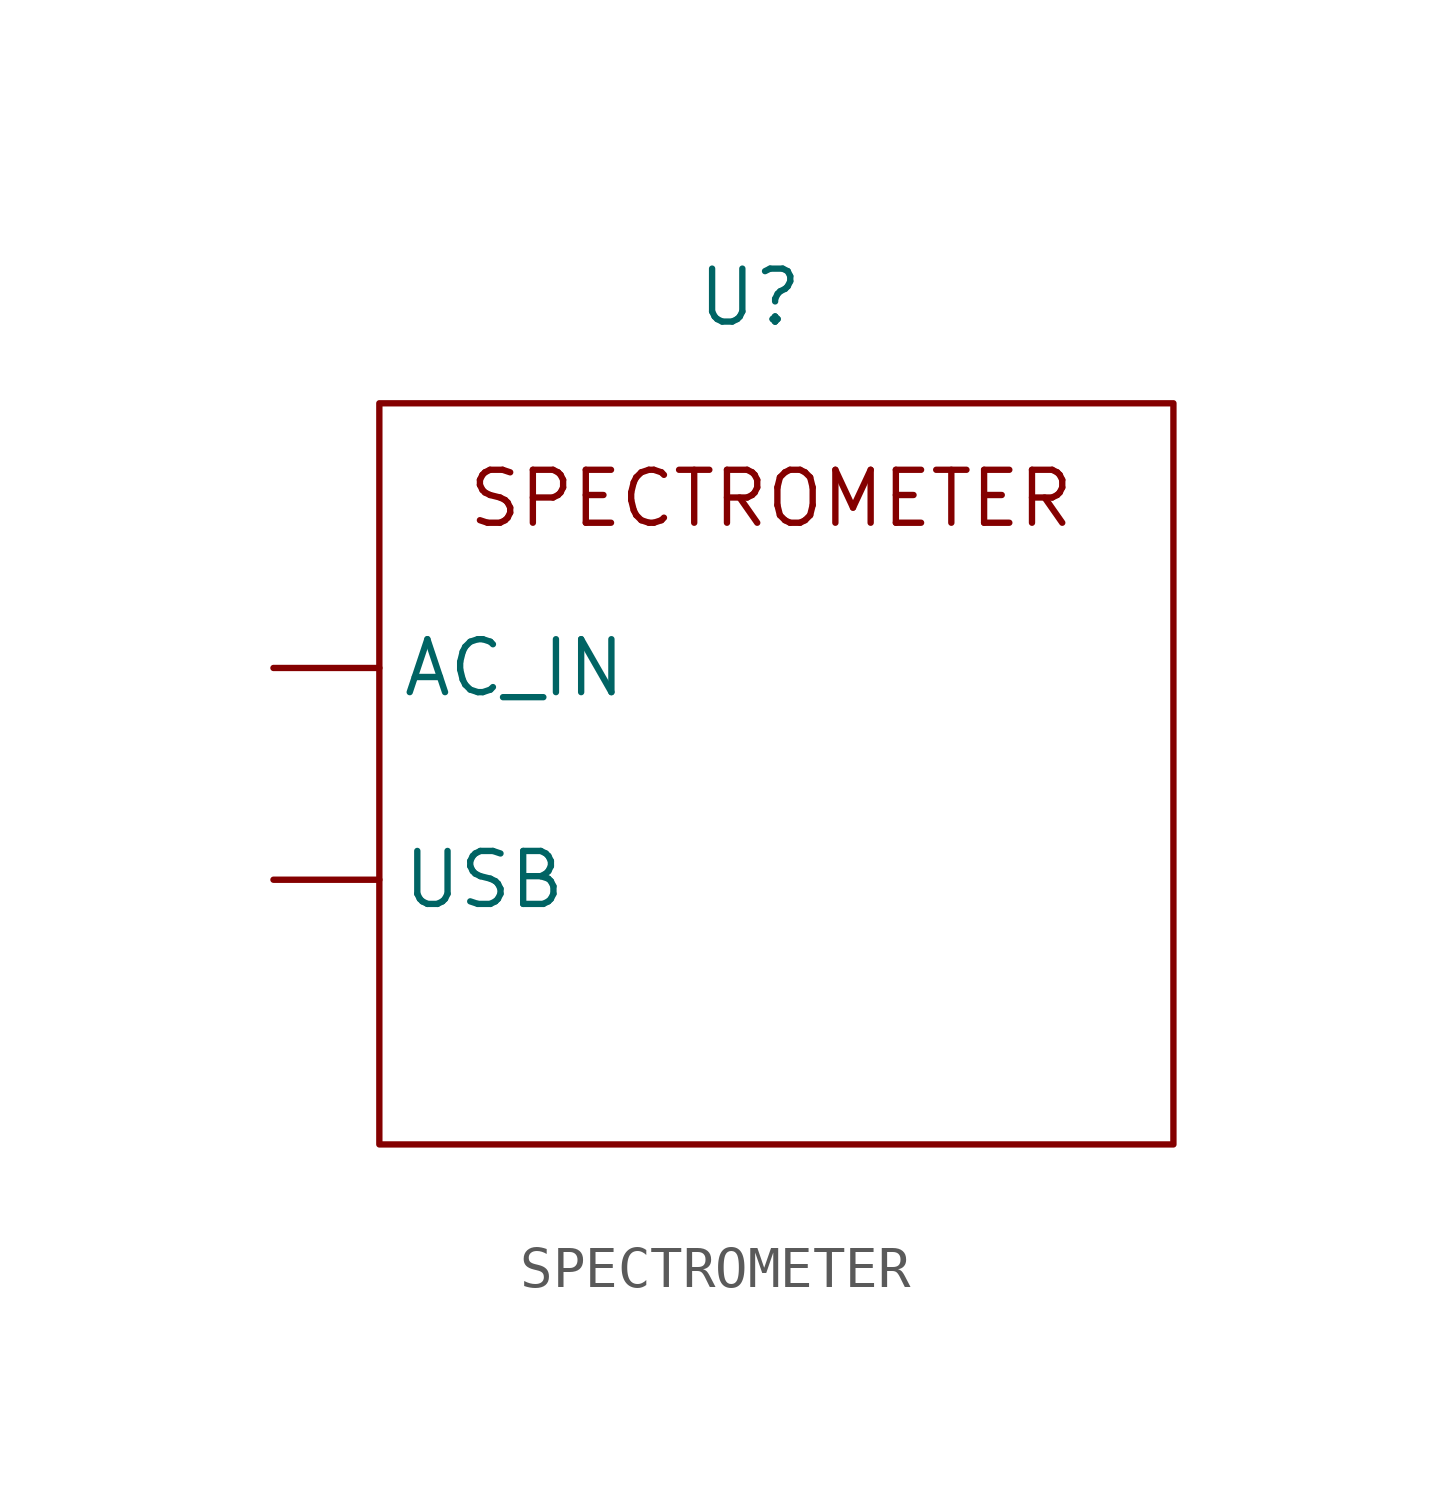
<source format=kicad_sym>
(kicad_symbol_lib
  (version 20231120)
  (generator "kicad_symbol_editor")
  (generator_version "8.0")
  (symbol "SPECTROMETER"
    (property "Reference" "U"
      (at 0 0 0)
      (effects (font (size 1.27 1.27))))
    (property "Value" ""
      (at 0 0 0)
      (effects (font (size 1.27 1.27))))
    (symbol "SPECTROMETER_0_1"
      (rectangle (start -8.89 -2.54) (end 10.16 -20.32) (stroke (width 0) (type default)) (fill (type none))))
    (symbol "SPECTROMETER_1_1"
      (text "SPECTROMETER" (at 0.508 -4.826 0) (effects (font (size 1.27 1.27))))
      (pin input line (at -11.43 -8.89 0) (length 2.54) (name "AC_IN" (effects (font (size 1.27 1.27)))) (number "" (effects (font (size 1.27 1.27)))))
      (pin input line (at -11.43 -13.97 0) (length 2.54) (name "USB" (effects (font (size 1.27 1.27)))) (number "" (effects (font (size 1.27 1.27))))))))
</source>
